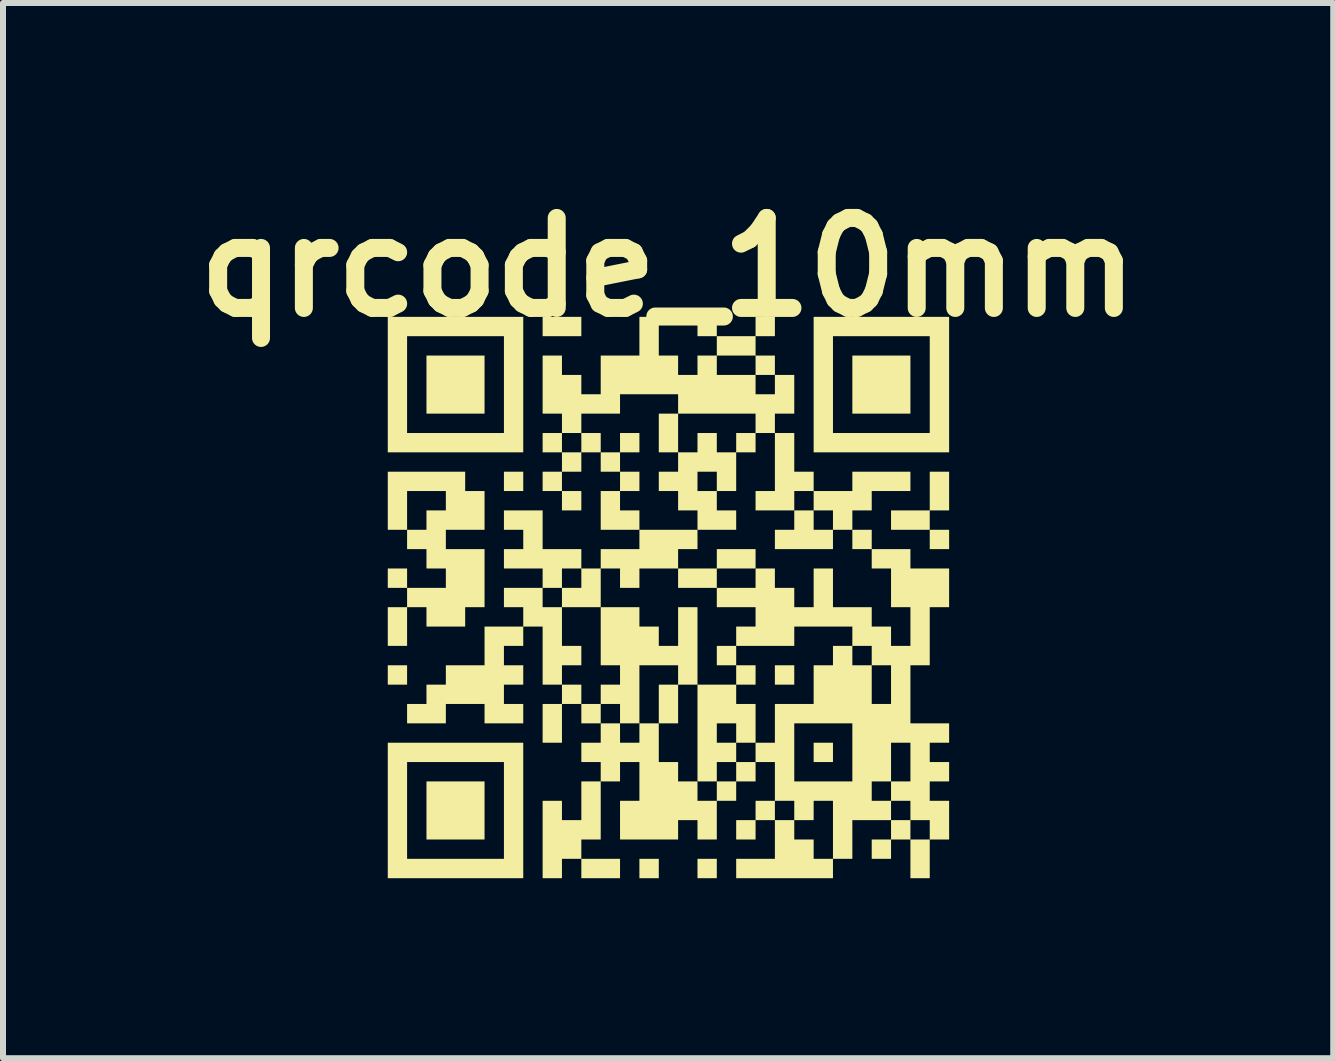
<source format=kicad_pcb>
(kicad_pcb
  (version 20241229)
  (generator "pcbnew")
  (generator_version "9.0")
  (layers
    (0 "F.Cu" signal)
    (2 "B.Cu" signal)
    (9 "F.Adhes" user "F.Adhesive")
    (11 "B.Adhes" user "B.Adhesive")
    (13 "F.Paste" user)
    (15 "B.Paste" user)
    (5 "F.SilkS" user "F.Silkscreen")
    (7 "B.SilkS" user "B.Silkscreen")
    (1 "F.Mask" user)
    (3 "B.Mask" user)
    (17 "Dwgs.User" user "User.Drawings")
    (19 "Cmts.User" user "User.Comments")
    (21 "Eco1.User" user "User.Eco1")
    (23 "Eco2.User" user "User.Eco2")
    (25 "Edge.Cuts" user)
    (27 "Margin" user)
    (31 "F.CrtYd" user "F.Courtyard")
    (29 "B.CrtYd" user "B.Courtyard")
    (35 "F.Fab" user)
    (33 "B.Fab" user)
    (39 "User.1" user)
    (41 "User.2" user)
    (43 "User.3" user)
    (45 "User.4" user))
  (footprint "qrcode_10mm"
    (layer "F.Cu")
    (at 8.086 6.904)
    (property "Reference" "qrcode_10mm" (at 0 -5.5 0) (layer "F.SilkS") (effects (font (size 1.5 1.5) (thickness 0.3))))
    (attr board_only exclude_from_pos_files exclude_from_bom)
    (fp_poly (pts (xy -4.351 1.295) (xy -4.351 1.457) (xy -4.512 1.457) (xy -4.673 1.457) (xy -4.673 1.295) (xy -4.673 1.134) (xy -4.512 1.134) (xy -4.351 1.134)) (stroke (width 0) (type solid)) (fill yes) (layer "F.SilkS"))
    (fp_poly (pts (xy -3.06 -3.544) (xy -3.06 -3.06) (xy -3.544 -3.06) (xy -4.028 -3.06) (xy -4.028 -3.544) (xy -4.028 -4.028) (xy -3.544 -4.028) (xy -3.06 -4.028)) (stroke (width 0) (type solid)) (fill yes) (layer "F.SilkS"))
    (fp_poly (pts (xy -3.06 3.554) (xy -3.06 4.038) (xy -3.544 4.038) (xy -4.028 4.038) (xy -4.028 3.554) (xy -4.028 3.07) (xy -3.544 3.07) (xy -3.06 3.07)) (stroke (width 0) (type solid)) (fill yes) (layer "F.SilkS"))
    (fp_poly (pts (xy -2.415 -1.931) (xy -2.415 -1.77) (xy -2.576 -1.77) (xy -2.737 -1.77) (xy -2.737 -1.931) (xy -2.737 -2.092) (xy -2.576 -2.092) (xy -2.415 -2.092)) (stroke (width 0) (type solid)) (fill yes) (layer "F.SilkS"))
    (fp_poly (pts (xy -1.447 -4.512) (xy -1.447 -4.351) (xy -1.77 -4.351) (xy -2.092 -4.351) (xy -2.092 -4.512) (xy -2.092 -4.673) (xy -1.77 -4.673) (xy -1.447 -4.673)) (stroke (width 0) (type solid)) (fill yes) (layer "F.SilkS"))
    (fp_poly (pts (xy -1.447 -1.608) (xy -1.447 -1.447) (xy -1.608 -1.447) (xy -1.77 -1.447) (xy -1.77 -1.608) (xy -1.77 -1.77) (xy -1.608 -1.77) (xy -1.447 -1.77)) (stroke (width 0) (type solid)) (fill yes) (layer "F.SilkS"))
    (fp_poly (pts (xy -1.124 1.941) (xy -1.124 2.102) (xy -1.286 2.102) (xy -1.447 2.102) (xy -1.447 1.941) (xy -1.447 1.779) (xy -1.286 1.779) (xy -1.124 1.779)) (stroke (width 0) (type solid)) (fill yes) (layer "F.SilkS"))
    (fp_poly (pts (xy -0.802 -2.254) (xy -0.802 -2.092) (xy -0.963 -2.092) (xy -1.124 -2.092) (xy -1.124 -2.254) (xy -1.124 -2.415) (xy -0.963 -2.415) (xy -0.802 -2.415)) (stroke (width 0) (type solid)) (fill yes) (layer "F.SilkS"))
    (fp_poly (pts (xy -0.802 4.522) (xy -0.802 4.683) (xy -1.124 4.683) (xy -1.447 4.683) (xy -1.447 4.522) (xy -1.447 4.36) (xy -1.124 4.36) (xy -0.802 4.36)) (stroke (width 0) (type solid)) (fill yes) (layer "F.SilkS"))
    (fp_poly (pts (xy -0.479 -2.576) (xy -0.479 -2.415) (xy -0.64 -2.415) (xy -0.802 -2.415) (xy -0.802 -2.576) (xy -0.802 -2.737) (xy -0.64 -2.737) (xy -0.479 -2.737)) (stroke (width 0) (type solid)) (fill yes) (layer "F.SilkS"))
    (fp_poly (pts (xy -0.156 4.522) (xy -0.156 4.683) (xy -0.318 4.683) (xy -0.479 4.683) (xy -0.479 4.522) (xy -0.479 4.36) (xy -0.318 4.36) (xy -0.156 4.36)) (stroke (width 0) (type solid)) (fill yes) (layer "F.SilkS"))
    (fp_poly (pts (xy 0.811 4.522) (xy 0.811 4.683) (xy 0.65 4.683) (xy 0.489 4.683) (xy 0.489 4.522) (xy 0.489 4.36) (xy 0.65 4.36) (xy 0.811 4.36)) (stroke (width 0) (type solid)) (fill yes) (layer "F.SilkS"))
    (fp_poly (pts (xy 1.134 0.973) (xy 1.134 1.134) (xy 0.973 1.134) (xy 0.811 1.134) (xy 0.811 0.973) (xy 0.811 0.811) (xy 0.973 0.811) (xy 1.134 0.811)) (stroke (width 0) (type solid)) (fill yes) (layer "F.SilkS"))
    (fp_poly (pts (xy 2.102 1.295) (xy 2.102 1.457) (xy 1.941 1.457) (xy 1.779 1.457) (xy 1.779 1.295) (xy 1.779 1.134) (xy 1.941 1.134) (xy 2.102 1.134)) (stroke (width 0) (type solid)) (fill yes) (layer "F.SilkS"))
    (fp_poly (pts (xy 2.747 2.586) (xy 2.747 2.747) (xy 2.586 2.747) (xy 2.425 2.747) (xy 2.425 2.586) (xy 2.425 2.425) (xy 2.586 2.425) (xy 2.747 2.425)) (stroke (width 0) (type solid)) (fill yes) (layer "F.SilkS"))
    (fp_poly (pts (xy 3.393 -0.963) (xy 3.393 -0.802) (xy 3.231 -0.802) (xy 3.07 -0.802) (xy 3.07 -0.963) (xy 3.07 -1.124) (xy 3.231 -1.124) (xy 3.393 -1.124)) (stroke (width 0) (type solid)) (fill yes) (layer "F.SilkS"))
    (fp_poly (pts (xy 4.038 -3.544) (xy 4.038 -3.06) (xy 3.554 -3.06) (xy 3.07 -3.06) (xy 3.07 -3.544) (xy 3.07 -4.028) (xy 3.554 -4.028) (xy 4.038 -4.028)) (stroke (width 0) (type solid)) (fill yes) (layer "F.SilkS"))
    (fp_poly (pts (xy 4.683 -0.963) (xy 4.683 -0.802) (xy 4.522 -0.802) (xy 4.36 -0.802) (xy 4.36 -0.963) (xy 4.36 -1.124) (xy 4.522 -1.124) (xy 4.683 -1.124)) (stroke (width 0) (type solid)) (fill yes) (layer "F.SilkS"))
    (fp_poly (pts (xy -1.447 1.618) (xy -1.447 1.779) (xy -1.608 1.779) (xy -1.77 1.779) (xy -1.77 2.102) (xy -1.77 2.425) (xy -1.931 2.425) (xy -2.092 2.425) (xy -2.092 2.102) (xy -2.092 1.779) (xy -1.931 1.779) (xy -1.77 1.779) (xy -1.77 1.618) (xy -1.77 1.457) (xy -1.608 1.457) (xy -1.447 1.457)) (stroke (width 0) (type solid)) (fill yes) (layer "F.SilkS"))
    (fp_poly (pts (xy 1.457 -0.64) (xy 1.457 -0.479) (xy 1.134 -0.479) (xy 0.811 -0.479) (xy 0.811 -0.318) (xy 0.811 -0.156) (xy 0.489 -0.156) (xy 0.166 -0.156) (xy 0.166 -0.318) (xy 0.166 -0.479) (xy 0.489 -0.479) (xy 0.811 -0.479) (xy 0.811 -0.64) (xy 0.811 -0.802) (xy 1.134 -0.802) (xy 1.457 -0.802)) (stroke (width 0) (type solid)) (fill yes) (layer "F.SilkS"))
    (fp_poly (pts (xy 2.425 -1.286) (xy 2.425 -1.124) (xy 2.586 -1.124) (xy 2.747 -1.124) (xy 2.747 -0.963) (xy 2.747 -0.802) (xy 2.263 -0.802) (xy 1.779 -0.802) (xy 1.779 -0.963) (xy 1.779 -1.124) (xy 1.941 -1.124) (xy 2.102 -1.124) (xy 2.102 -1.286) (xy 2.102 -1.447) (xy 2.263 -1.447) (xy 2.425 -1.447)) (stroke (width 0) (type solid)) (fill yes) (layer "F.SilkS"))
    (fp_poly (pts (xy 4.683 -1.77) (xy 4.683 -1.447) (xy 4.522 -1.447) (xy 4.36 -1.447) (xy 4.36 -1.286) (xy 4.36 -1.124) (xy 4.038 -1.124) (xy 3.715 -1.124) (xy 3.715 -1.286) (xy 3.715 -1.447) (xy 4.038 -1.447) (xy 4.36 -1.447) (xy 4.36 -1.77) (xy 4.36 -2.092) (xy 4.522 -2.092) (xy 4.683 -2.092)) (stroke (width 0) (type solid)) (fill yes) (layer "F.SilkS"))
    (fp_poly (pts (xy -2.415 -3.544) (xy -2.415 -2.415) (xy -3.544 -2.415) (xy -4.673 -2.415) (xy -4.673 -3.544) (xy -4.673 -4.351) (xy -4.351 -4.351) (xy -4.351 -3.544) (xy -4.351 -2.737) (xy -3.544 -2.737) (xy -2.737 -2.737) (xy -2.737 -3.544) (xy -2.737 -4.351) (xy -3.544 -4.351) (xy -4.351 -4.351) (xy -4.673 -4.351) (xy -4.673 -4.673) (xy -3.544 -4.673) (xy -2.415 -4.673)) (stroke (width 0) (type solid)) (fill yes) (layer "F.SilkS"))
    (fp_poly (pts (xy -2.415 3.554) (xy -2.415 4.683) (xy -3.544 4.683) (xy -4.673 4.683) (xy -4.673 3.554) (xy -4.673 2.747) (xy -4.351 2.747) (xy -4.351 3.554) (xy -4.351 4.36) (xy -3.544 4.36) (xy -2.737 4.36) (xy -2.737 3.554) (xy -2.737 2.747) (xy -3.544 2.747) (xy -4.351 2.747) (xy -4.673 2.747) (xy -4.673 2.425) (xy -3.544 2.425) (xy -2.415 2.425)) (stroke (width 0) (type solid)) (fill yes) (layer "F.SilkS"))
    (fp_poly (pts (xy 4.683 -3.544) (xy 4.683 -2.415) (xy 3.554 -2.415) (xy 2.425 -2.415) (xy 2.425 -3.544) (xy 2.425 -4.351) (xy 2.747 -4.351) (xy 2.747 -3.544) (xy 2.747 -2.737) (xy 3.554 -2.737) (xy 4.36 -2.737) (xy 4.36 -3.544) (xy 4.36 -4.351) (xy 3.554 -4.351) (xy 2.747 -4.351) (xy 2.425 -4.351) (xy 2.425 -4.673) (xy 3.554 -4.673) (xy 4.683 -4.673)) (stroke (width 0) (type solid)) (fill yes) (layer "F.SilkS"))
    (fp_poly (pts (xy -0.479 -1.931) (xy -0.479 -1.77) (xy -0.64 -1.77) (xy -0.802 -1.77) (xy -0.802 -1.608) (xy -0.802 -1.447) (xy -0.64 -1.447) (xy -0.479 -1.447) (xy -0.479 -1.286) (xy -0.479 -1.124) (xy -0.802 -1.124) (xy -1.124 -1.124) (xy -1.124 -1.447) (xy -1.124 -1.77) (xy -0.963 -1.77) (xy -0.802 -1.77) (xy -0.802 -1.931) (xy -0.802 -2.092) (xy -0.64 -2.092) (xy -0.479 -2.092)) (stroke (width 0) (type solid)) (fill yes) (layer "F.SilkS"))
    (fp_poly (pts (xy 2.102 -2.415) (xy 2.102 -2.092) (xy 2.263 -2.092) (xy 2.425 -2.092) (xy 2.425 -1.931) (xy 2.425 -1.77) (xy 2.747 -1.77) (xy 3.07 -1.77) (xy 3.07 -1.931) (xy 3.07 -2.092) (xy 3.554 -2.092) (xy 4.038 -2.092) (xy 4.038 -1.931) (xy 4.038 -1.77) (xy 3.715 -1.77) (xy 3.393 -1.77) (xy 3.393 -1.608) (xy 3.393 -1.447) (xy 3.231 -1.447) (xy 3.07 -1.447) (xy 3.07 -1.286) (xy 3.07 -1.124) (xy 2.909 -1.124) (xy 2.747 -1.124) (xy 2.747 -1.286) (xy 2.747 -1.447) (xy 2.586 -1.447) (xy 2.425 -1.447) (xy 2.425 -1.608) (xy 2.425 -1.77) (xy 2.263 -1.77) (xy 2.102 -1.77) (xy 2.102 -1.608) (xy 2.102 -1.447) (xy 1.779 -1.447) (xy 1.457 -1.447) (xy 1.457 -1.608) (xy 1.457 -1.77) (xy 1.618 -1.77) (xy 1.779 -1.77) (xy 1.779 -2.254) (xy 1.779 -2.737) (xy 1.941 -2.737) (xy 2.102 -2.737)) (stroke (width 0) (type solid)) (fill yes) (layer "F.SilkS"))
    (fp_poly (pts (xy 0.166 -2.737) (xy 0.166 -2.415) (xy 0.328 -2.415) (xy 0.489 -2.415) (xy 0.489 -2.576) (xy 0.489 -2.737) (xy 0.65 -2.737) (xy 0.811 -2.737) (xy 0.811 -2.576) (xy 0.811 -2.415) (xy 0.973 -2.415) (xy 1.134 -2.415) (xy 1.134 -2.576) (xy 1.134 -2.737) (xy 1.295 -2.737) (xy 1.457 -2.737) (xy 1.457 -2.576) (xy 1.457 -2.415) (xy 1.295 -2.415) (xy 1.134 -2.415) (xy 1.134 -2.092) (xy 1.134 -1.77) (xy 0.973 -1.77) (xy 0.811 -1.77) (xy 0.811 -1.608) (xy 0.811 -1.447) (xy 0.973 -1.447) (xy 1.134 -1.447) (xy 1.134 -1.286) (xy 1.134 -1.124) (xy 0.811 -1.124) (xy 0.489 -1.124) (xy 0.489 -1.286) (xy 0.489 -1.447) (xy 0.328 -1.447) (xy 0.166 -1.447) (xy 0.166 -1.608) (xy 0.166 -1.77) (xy 0.005 -1.77) (xy -0.156 -1.77) (xy -0.156 -1.931) (xy -0.156 -2.092) (xy 0.005 -2.092) (xy 0.166 -2.092) (xy 0.489 -2.092) (xy 0.489 -1.931) (xy 0.489 -1.77) (xy 0.65 -1.77) (xy 0.811 -1.77) (xy 0.811 -1.931) (xy 0.811 -2.092) (xy 0.65 -2.092) (xy 0.489 -2.092) (xy 0.166 -2.092) (xy 0.166 -2.254) (xy 0.166 -2.415) (xy 0.005 -2.415) (xy -0.156 -2.415) (xy -0.156 -2.737) (xy -0.156 -3.06) (xy 0.005 -3.06) (xy 0.166 -3.06)) (stroke (width 0) (type solid)) (fill yes) (layer "F.SilkS"))
    (fp_poly (pts (xy -3.383 -1.931) (xy -3.383 -1.77) (xy -3.221 -1.77) (xy -3.06 -1.77) (xy -3.06 -1.447) (xy -3.06 -1.124) (xy -3.383 -1.124) (xy -3.705 -1.124) (xy -3.705 -0.963) (xy -3.705 -0.802) (xy -3.383 -0.802) (xy -3.06 -0.802) (xy -3.06 -0.318) (xy -3.06 0.166) (xy -3.221 0.166) (xy -3.383 0.166) (xy -3.383 0.328) (xy -3.383 0.489) (xy -3.705 0.489) (xy -4.028 0.489) (xy -4.028 0.328) (xy -4.028 0.166) (xy -4.189 0.166) (xy -4.351 0.166) (xy -4.351 0.489) (xy -4.351 0.811) (xy -4.512 0.811) (xy -4.673 0.811) (xy -4.673 0.489) (xy -4.673 0.166) (xy -4.512 0.166) (xy -4.351 0.166) (xy -4.351 0.005) (xy -4.351 -0.156) (xy -4.512 -0.156) (xy -4.673 -0.156) (xy -4.673 -0.318) (xy -4.673 -0.479) (xy -4.512 -0.479) (xy -4.351 -0.479) (xy -4.351 -0.318) (xy -4.351 -0.156) (xy -4.028 -0.156) (xy -3.705 -0.156) (xy -3.705 -0.318) (xy -3.705 -0.479) (xy -3.867 -0.479) (xy -4.028 -0.479) (xy -4.028 -0.64) (xy -4.028 -0.802) (xy -4.189 -0.802) (xy -4.351 -0.802) (xy -4.351 -0.963) (xy -4.351 -1.124) (xy -4.512 -1.124) (xy -4.673 -1.124) (xy -4.673 -1.608) (xy -4.673 -1.77) (xy -4.351 -1.77) (xy -4.351 -1.447) (xy -4.351 -1.124) (xy -4.189 -1.124) (xy -4.028 -1.124) (xy -4.028 -1.286) (xy -4.028 -1.447) (xy -3.867 -1.447) (xy -3.705 -1.447) (xy -3.705 -1.608) (xy -3.705 -1.77) (xy -4.028 -1.77) (xy -4.351 -1.77) (xy -4.673 -1.77) (xy -4.673 -2.092) (xy -4.028 -2.092) (xy -3.383 -2.092)) (stroke (width 0) (type solid)) (fill yes) (layer "F.SilkS"))
    (fp_poly (pts (xy -0.479 0.328) (xy -0.479 0.489) (xy -0.318 0.489) (xy -0.156 0.489) (xy -0.156 0.65) (xy -0.156 0.811) (xy 0.005 0.811) (xy 0.166 0.811) (xy 0.166 0.489) (xy 0.166 0.166) (xy 0.328 0.166) (xy 0.489 0.166) (xy 0.489 0.811) (xy 0.489 1.457) (xy 0.811 1.457) (xy 1.134 1.457) (xy 1.134 1.295) (xy 1.134 1.134) (xy 1.295 1.134) (xy 1.457 1.134) (xy 1.457 1.295) (xy 1.457 1.457) (xy 1.295 1.457) (xy 1.134 1.457) (xy 1.134 1.618) (xy 1.134 1.779) (xy 1.295 1.779) (xy 1.457 1.779) (xy 1.457 2.102) (xy 1.457 2.425) (xy 1.295 2.425) (xy 1.134 2.425) (xy 1.134 2.586) (xy 1.134 2.747) (xy 0.973 2.747) (xy 0.811 2.747) (xy 0.811 2.909) (xy 0.811 3.07) (xy 0.65 3.07) (xy 0.489 3.07) (xy 0.489 2.263) (xy 0.489 2.102) (xy 0.811 2.102) (xy 0.811 2.263) (xy 0.811 2.425) (xy 0.973 2.425) (xy 1.134 2.425) (xy 1.134 2.263) (xy 1.134 2.102) (xy 0.973 2.102) (xy 0.811 2.102) (xy 0.489 2.102) (xy 0.489 1.457) (xy 0.328 1.457) (xy 0.166 1.457) (xy 0.166 1.779) (xy 0.166 2.102) (xy 0.005 2.102) (xy -0.156 2.102) (xy -0.156 1.779) (xy -0.156 1.457) (xy 0.005 1.457) (xy 0.166 1.457) (xy 0.166 1.295) (xy 0.166 1.134) (xy -0.156 1.134) (xy -0.479 1.134) (xy -0.479 1.618) (xy -0.479 2.102) (xy -0.64 2.102) (xy -0.802 2.102) (xy -0.802 1.941) (xy -0.802 1.779) (xy -0.963 1.779) (xy -1.124 1.779) (xy -1.124 1.618) (xy -1.124 1.457) (xy -0.963 1.457) (xy -0.802 1.457) (xy -0.802 1.295) (xy -0.802 1.134) (xy -0.963 1.134) (xy -1.124 1.134) (xy -1.124 0.65) (xy -1.124 0.166) (xy -0.802 0.166) (xy -0.479 0.166)) (stroke (width 0) (type solid)) (fill yes) (layer "F.SilkS"))
    (fp_poly (pts (xy -2.092 -1.124) (xy -2.092 -0.802) (xy -1.77 -0.802) (xy -1.447 -0.802) (xy -1.447 -0.64) (xy -1.447 -0.479) (xy -1.286 -0.479) (xy -1.124 -0.479) (xy -1.124 -0.64) (xy -1.124 -0.802) (xy -0.802 -0.802) (xy -0.479 -0.802) (xy -0.479 -0.963) (xy -0.479 -1.124) (xy 0.005 -1.124) (xy 0.489 -1.124) (xy 0.489 -0.963) (xy 0.489 -0.802) (xy 0.328 -0.802) (xy 0.166 -0.802) (xy 0.166 -0.64) (xy 0.166 -0.479) (xy -0.156 -0.479) (xy -0.479 -0.479) (xy -0.479 -0.318) (xy -0.479 -0.156) (xy -0.64 -0.156) (xy -0.802 -0.156) (xy -0.802 -0.318) (xy -0.802 -0.479) (xy -0.963 -0.479) (xy -1.124 -0.479) (xy -1.124 -0.156) (xy -1.124 0.166) (xy -1.447 0.166) (xy -1.77 0.166) (xy -1.77 0.005) (xy -1.77 -0.156) (xy -1.608 -0.156) (xy -1.447 -0.156) (xy -1.447 -0.318) (xy -1.447 -0.479) (xy -1.608 -0.479) (xy -1.77 -0.479) (xy -1.77 -0.318) (xy -1.77 -0.156) (xy -1.931 -0.156) (xy -2.092 -0.156) (xy -2.092 0.005) (xy -2.092 0.166) (xy -1.931 0.166) (xy -1.77 0.166) (xy -1.77 0.489) (xy -1.77 0.811) (xy -1.608 0.811) (xy -1.447 0.811) (xy -1.447 0.973) (xy -1.447 1.134) (xy -1.608 1.134) (xy -1.77 1.134) (xy -1.77 1.295) (xy -1.77 1.457) (xy -1.931 1.457) (xy -2.092 1.457) (xy -2.092 0.973) (xy -2.092 0.489) (xy -2.254 0.489) (xy -2.415 0.489) (xy -2.415 0.65) (xy -2.415 0.811) (xy -2.576 0.811) (xy -2.737 0.811) (xy -2.737 0.973) (xy -2.737 1.134) (xy -2.576 1.134) (xy -2.415 1.134) (xy -2.415 1.295) (xy -2.415 1.457) (xy -2.576 1.457) (xy -2.737 1.457) (xy -2.737 1.618) (xy -2.737 1.779) (xy -2.576 1.779) (xy -2.415 1.779) (xy -2.415 1.941) (xy -2.415 2.102) (xy -2.737 2.102) (xy -3.06 2.102) (xy -3.06 1.941) (xy -3.06 1.779) (xy -3.383 1.779) (xy -3.705 1.779) (xy -3.705 1.941) (xy -3.705 2.102) (xy -4.028 2.102) (xy -4.351 2.102) (xy -4.351 1.941) (xy -4.351 1.779) (xy -4.189 1.779) (xy -4.028 1.779) (xy -4.028 1.618) (xy -4.028 1.457) (xy -3.867 1.457) (xy -3.705 1.457) (xy -3.705 1.295) (xy -3.705 1.134) (xy -3.383 1.134) (xy -3.06 1.134) (xy -3.06 0.811) (xy -3.06 0.489) (xy -2.737 0.489) (xy -2.415 0.489) (xy -2.415 0.328) (xy -2.415 0.166) (xy -2.576 0.166) (xy -2.737 0.166) (xy -2.737 0.005) (xy -2.737 -0.156) (xy -2.415 -0.156) (xy -2.092 -0.156) (xy -2.092 -0.318) (xy -2.092 -0.479) (xy -2.415 -0.479) (xy -2.737 -0.479) (xy -2.737 -0.64) (xy -2.737 -0.802) (xy -2.576 -0.802) (xy -2.415 -0.802) (xy -2.415 -0.963) (xy -2.415 -1.124) (xy -2.576 -1.124) (xy -2.737 -1.124) (xy -2.737 -1.286) (xy -2.737 -1.447) (xy -2.415 -1.447) (xy -2.092 -1.447)) (stroke (width 0) (type solid)) (fill yes) (layer "F.SilkS"))
    (fp_poly (pts (xy -0.156 -4.351) (xy -0.156 -4.028) (xy 0.005 -4.028) (xy 0.166 -4.028) (xy 0.166 -3.867) (xy 0.166 -3.705) (xy 0.328 -3.705) (xy 0.489 -3.705) (xy 0.489 -3.867) (xy 0.489 -4.028) (xy 0.65 -4.028) (xy 0.811 -4.028) (xy 0.811 -4.189) (xy 0.811 -4.351) (xy 0.65 -4.351) (xy 0.489 -4.351) (xy 0.489 -4.512) (xy 0.489 -4.673) (xy 0.65 -4.673) (xy 0.811 -4.673) (xy 0.811 -4.512) (xy 0.811 -4.351) (xy 1.134 -4.351) (xy 1.457 -4.351) (xy 1.457 -4.512) (xy 1.457 -4.673) (xy 1.618 -4.673) (xy 1.779 -4.673) (xy 1.779 -4.512) (xy 1.779 -4.351) (xy 1.618 -4.351) (xy 1.457 -4.351) (xy 1.457 -4.189) (xy 1.457 -4.028) (xy 1.134 -4.028) (xy 0.811 -4.028) (xy 0.811 -3.867) (xy 0.811 -3.705) (xy 1.134 -3.705) (xy 1.457 -3.705) (xy 1.457 -3.867) (xy 1.457 -4.028) (xy 1.618 -4.028) (xy 1.779 -4.028) (xy 1.779 -3.867) (xy 1.779 -3.705) (xy 1.618 -3.705) (xy 1.457 -3.705) (xy 1.457 -3.544) (xy 1.457 -3.383) (xy 1.618 -3.383) (xy 1.779 -3.383) (xy 1.779 -3.544) (xy 1.779 -3.705) (xy 1.941 -3.705) (xy 2.102 -3.705) (xy 2.102 -3.383) (xy 2.102 -3.06) (xy 1.941 -3.06) (xy 1.779 -3.06) (xy 1.779 -2.899) (xy 1.779 -2.737) (xy 1.618 -2.737) (xy 1.457 -2.737) (xy 1.457 -2.899) (xy 1.457 -3.06) (xy 0.811 -3.06) (xy 0.166 -3.06) (xy 0.166 -3.221) (xy 0.166 -3.383) (xy -0.318 -3.383) (xy -0.802 -3.383) (xy -0.802 -3.221) (xy -0.802 -3.06) (xy -1.124 -3.06) (xy -1.447 -3.06) (xy -1.447 -2.899) (xy -1.447 -2.737) (xy -1.608 -2.737) (xy -1.77 -2.737) (xy -1.77 -2.576) (xy -1.77 -2.415) (xy -1.608 -2.415) (xy -1.447 -2.415) (xy -1.447 -2.576) (xy -1.447 -2.737) (xy -1.286 -2.737) (xy -1.124 -2.737) (xy -1.124 -2.576) (xy -1.124 -2.415) (xy -1.286 -2.415) (xy -1.447 -2.415) (xy -1.447 -2.254) (xy -1.447 -2.092) (xy -1.608 -2.092) (xy -1.77 -2.092) (xy -1.77 -1.931) (xy -1.77 -1.77) (xy -1.931 -1.77) (xy -2.092 -1.77) (xy -2.092 -1.931) (xy -2.092 -2.092) (xy -1.931 -2.092) (xy -1.77 -2.092) (xy -1.77 -2.254) (xy -1.77 -2.415) (xy -1.931 -2.415) (xy -2.092 -2.415) (xy -2.092 -2.576) (xy -2.092 -2.737) (xy -1.931 -2.737) (xy -1.77 -2.737) (xy -1.77 -2.899) (xy -1.77 -3.06) (xy -1.931 -3.06) (xy -2.092 -3.06) (xy -2.092 -3.544) (xy -2.092 -4.028) (xy -1.931 -4.028) (xy -1.77 -4.028) (xy -1.77 -3.867) (xy -1.77 -3.705) (xy -1.608 -3.705) (xy -1.447 -3.705) (xy -1.447 -3.544) (xy -1.447 -3.383) (xy -1.286 -3.383) (xy -1.124 -3.383) (xy -1.124 -3.705) (xy -1.124 -4.028) (xy -0.802 -4.028) (xy -0.479 -4.028) (xy -0.479 -4.351) (xy -0.479 -4.673) (xy -0.318 -4.673) (xy -0.156 -4.673)) (stroke (width 0) (type solid)) (fill yes) (layer "F.SilkS"))
    (fp_poly (pts (xy 4.038 -0.64) (xy 4.038 -0.479) (xy 4.36 -0.479) (xy 4.683 -0.479) (xy 4.683 -0.156) (xy 4.683 0.166) (xy 4.522 0.166) (xy 4.36 0.166) (xy 4.36 0.65) (xy 4.36 1.134) (xy 4.199 1.134) (xy 4.038 1.134) (xy 4.038 1.618) (xy 4.038 2.102) (xy 4.36 2.102) (xy 4.683 2.102) (xy 4.683 2.263) (xy 4.683 2.425) (xy 4.522 2.425) (xy 4.36 2.425) (xy 4.36 2.586) (xy 4.36 2.747) (xy 4.522 2.747) (xy 4.683 2.747) (xy 4.683 2.909) (xy 4.683 3.07) (xy 4.522 3.07) (xy 4.36 3.07) (xy 4.36 3.231) (xy 4.36 3.393) (xy 4.522 3.393) (xy 4.683 3.393) (xy 4.683 3.715) (xy 4.683 4.038) (xy 4.522 4.038) (xy 4.36 4.038) (xy 4.36 4.36) (xy 4.36 4.683) (xy 4.199 4.683) (xy 4.038 4.683) (xy 4.038 4.36) (xy 4.038 4.038) (xy 3.876 4.038) (xy 3.715 4.038) (xy 3.715 4.199) (xy 3.715 4.36) (xy 3.554 4.36) (xy 3.393 4.36) (xy 3.393 4.199) (xy 3.393 4.038) (xy 3.554 4.038) (xy 3.715 4.038) (xy 3.715 3.876) (xy 3.715 3.715) (xy 3.393 3.715) (xy 3.07 3.715) (xy 3.07 4.038) (xy 3.07 4.36) (xy 2.909 4.36) (xy 2.747 4.36) (xy 2.747 4.522) (xy 2.747 4.683) (xy 1.941 4.683) (xy 1.134 4.683) (xy 1.134 4.522) (xy 1.134 4.36) (xy 1.457 4.36) (xy 1.779 4.36) (xy 1.779 4.038) (xy 1.779 3.715) (xy 1.941 3.715) (xy 2.102 3.715) (xy 2.102 3.876) (xy 2.102 4.038) (xy 2.263 4.038) (xy 2.425 4.038) (xy 2.425 4.199) (xy 2.425 4.36) (xy 2.586 4.36) (xy 2.747 4.36) (xy 2.747 3.876) (xy 2.747 3.393) (xy 3.393 3.393) (xy 3.554 3.393) (xy 3.715 3.393) (xy 3.715 3.554) (xy 3.715 3.715) (xy 3.876 3.715) (xy 4.038 3.715) (xy 4.038 3.876) (xy 4.038 4.038) (xy 4.199 4.038) (xy 4.36 4.038) (xy 4.36 3.876) (xy 4.36 3.715) (xy 4.199 3.715) (xy 4.038 3.715) (xy 4.038 3.554) (xy 4.038 3.393) (xy 3.876 3.393) (xy 3.715 3.393) (xy 3.715 3.231) (xy 3.715 3.07) (xy 3.876 3.07) (xy 4.038 3.07) (xy 4.038 2.747) (xy 4.038 2.425) (xy 3.876 2.425) (xy 3.715 2.425) (xy 3.715 2.747) (xy 3.715 3.07) (xy 3.554 3.07) (xy 3.393 3.07) (xy 3.393 3.231) (xy 3.393 3.393) (xy 2.747 3.393) (xy 2.586 3.393) (xy 2.425 3.393) (xy 2.425 3.554) (xy 2.425 3.715) (xy 2.263 3.715) (xy 2.102 3.715) (xy 2.102 3.554) (xy 2.102 3.393) (xy 1.941 3.393) (xy 1.779 3.393) (xy 1.779 3.554) (xy 1.779 3.715) (xy 1.618 3.715) (xy 1.457 3.715) (xy 1.457 3.876) (xy 1.457 4.038) (xy 1.295 4.038) (xy 1.134 4.038) (xy 1.134 3.876) (xy 1.134 3.715) (xy 1.295 3.715) (xy 1.457 3.715) (xy 1.457 3.554) (xy 1.457 3.393) (xy 1.618 3.393) (xy 1.779 3.393) (xy 1.779 3.07) (xy 1.779 2.747) (xy 1.618 2.747) (xy 1.457 2.747) (xy 1.457 2.909) (xy 1.457 3.07) (xy 1.295 3.07) (xy 1.134 3.07) (xy 1.134 3.231) (xy 1.134 3.393) (xy 0.973 3.393) (xy 0.811 3.393) (xy 0.811 3.715) (xy 0.811 4.038) (xy 0.65 4.038) (xy 0.489 4.038) (xy 0.489 3.876) (xy 0.489 3.715) (xy 0.328 3.715) (xy 0.166 3.715) (xy 0.166 3.876) (xy 0.166 4.038) (xy -0.318 4.038) (xy -0.802 4.038) (xy -0.802 3.715) (xy -0.802 3.393) (xy -0.64 3.393) (xy -0.479 3.393) (xy -0.479 3.07) (xy -0.479 2.747) (xy -0.64 2.747) (xy -0.802 2.747) (xy -0.802 2.909) (xy -0.802 3.07) (xy -0.963 3.07) (xy -1.124 3.07) (xy -1.124 3.554) (xy -1.124 4.038) (xy -1.286 4.038) (xy -1.447 4.038) (xy -1.447 4.199) (xy -1.447 4.36) (xy -1.608 4.36) (xy -1.77 4.36) (xy -1.77 4.522) (xy -1.77 4.683) (xy -1.931 4.683) (xy -2.092 4.683) (xy -2.092 4.038) (xy -2.092 3.393) (xy -1.931 3.393) (xy -1.77 3.393) (xy -1.77 3.554) (xy -1.77 3.715) (xy -1.608 3.715) (xy -1.447 3.715) (xy -1.447 3.393) (xy -1.447 3.07) (xy -1.286 3.07) (xy -1.124 3.07) (xy -1.124 2.909) (xy -1.124 2.747) (xy -1.286 2.747) (xy -1.447 2.747) (xy -1.447 2.586) (xy -1.447 2.425) (xy -1.286 2.425) (xy -1.124 2.425) (xy -1.124 2.263) (xy -1.124 2.102) (xy -0.963 2.102) (xy -0.802 2.102) (xy -0.802 2.263) (xy -0.802 2.425) (xy -0.64 2.425) (xy -0.479 2.425) (xy -0.479 2.263) (xy -0.479 2.102) (xy -0.318 2.102) (xy -0.156 2.102) (xy -0.156 2.425) (xy -0.156 2.747) (xy 0.005 2.747) (xy 0.166 2.747) (xy 0.166 2.909) (xy 0.166 3.07) (xy 0.328 3.07) (xy 0.489 3.07) (xy 0.489 3.231) (xy 0.489 3.393) (xy 0.65 3.393) (xy 0.811 3.393) (xy 0.811 3.231) (xy 0.811 3.07) (xy 0.973 3.07) (xy 1.134 3.07) (xy 1.134 2.909) (xy 1.134 2.747) (xy 1.295 2.747) (xy 1.457 2.747) (xy 1.457 2.586) (xy 1.457 2.425) (xy 1.618 2.425) (xy 1.779 2.425) (xy 1.779 2.102) (xy 2.102 2.102) (xy 2.102 2.586) (xy 2.102 3.07) (xy 2.586 3.07) (xy 3.07 3.07) (xy 3.07 2.586) (xy 3.07 2.102) (xy 2.586 2.102) (xy 2.102 2.102) (xy 1.779 2.102) (xy 1.779 1.779) (xy 2.102 1.779) (xy 2.425 1.779) (xy 2.425 1.457) (xy 2.425 1.134) (xy 2.586 1.134) (xy 2.747 1.134) (xy 2.747 0.973) (xy 2.747 0.811) (xy 2.909 0.811) (xy 3.07 0.811) (xy 3.07 0.973) (xy 3.07 1.134) (xy 3.231 1.134) (xy 3.393 1.134) (xy 3.393 1.457) (xy 3.393 1.779) (xy 3.554 1.779) (xy 3.715 1.779) (xy 3.715 1.457) (xy 3.715 1.134) (xy 3.554 1.134) (xy 3.393 1.134) (xy 3.393 0.973) (xy 3.393 0.811) (xy 3.231 0.811) (xy 3.07 0.811) (xy 3.07 0.65) (xy 3.07 0.489) (xy 2.586 0.489) (xy 2.102 0.489) (xy 2.102 0.65) (xy 2.102 0.811) (xy 1.618 0.811) (xy 1.134 0.811) (xy 1.134 0.65) (xy 1.134 0.489) (xy 1.295 0.489) (xy 1.457 0.489) (xy 1.457 0.328) (xy 1.457 0.166) (xy 1.134 0.166) (xy 0.811 0.166) (xy 0.811 0.005) (xy 0.811 -0.156) (xy 1.134 -0.156) (xy 1.457 -0.156) (xy 1.457 -0.318) (xy 1.457 -0.479) (xy 1.618 -0.479) (xy 1.779 -0.479) (xy 1.779 -0.318) (xy 1.779 -0.156) (xy 1.941 -0.156) (xy 2.102 -0.156) (xy 2.102 0.005) (xy 2.102 0.166) (xy 2.263 0.166) (xy 2.425 0.166) (xy 2.425 -0.156) (xy 2.425 -0.479) (xy 2.586 -0.479) (xy 2.747 -0.479) (xy 2.747 -0.156) (xy 2.747 0.166) (xy 3.07 0.166) (xy 3.393 0.166) (xy 3.393 0.328) (xy 3.393 0.489) (xy 3.554 0.489) (xy 3.715 0.489) (xy 3.715 0.65) (xy 3.715 0.811) (xy 3.876 0.811) (xy 4.038 0.811) (xy 4.038 0.489) (xy 4.038 0.166) (xy 3.876 0.166) (xy 3.715 0.166) (xy 3.715 -0.156) (xy 3.715 -0.479) (xy 3.554 -0.479) (xy 3.393 -0.479) (xy 3.393 -0.64) (xy 3.393 -0.802) (xy 3.715 -0.802) (xy 4.038 -0.802)) (stroke (width 0) (type solid)) (fill yes) (layer "F.SilkS")))
  (gr_rect
    (start -3 -3)
    (end 19.171 14.587)
    (stroke (width 0.1) (type default))
    (fill no)
    (layer "Edge.Cuts")))
</source>
